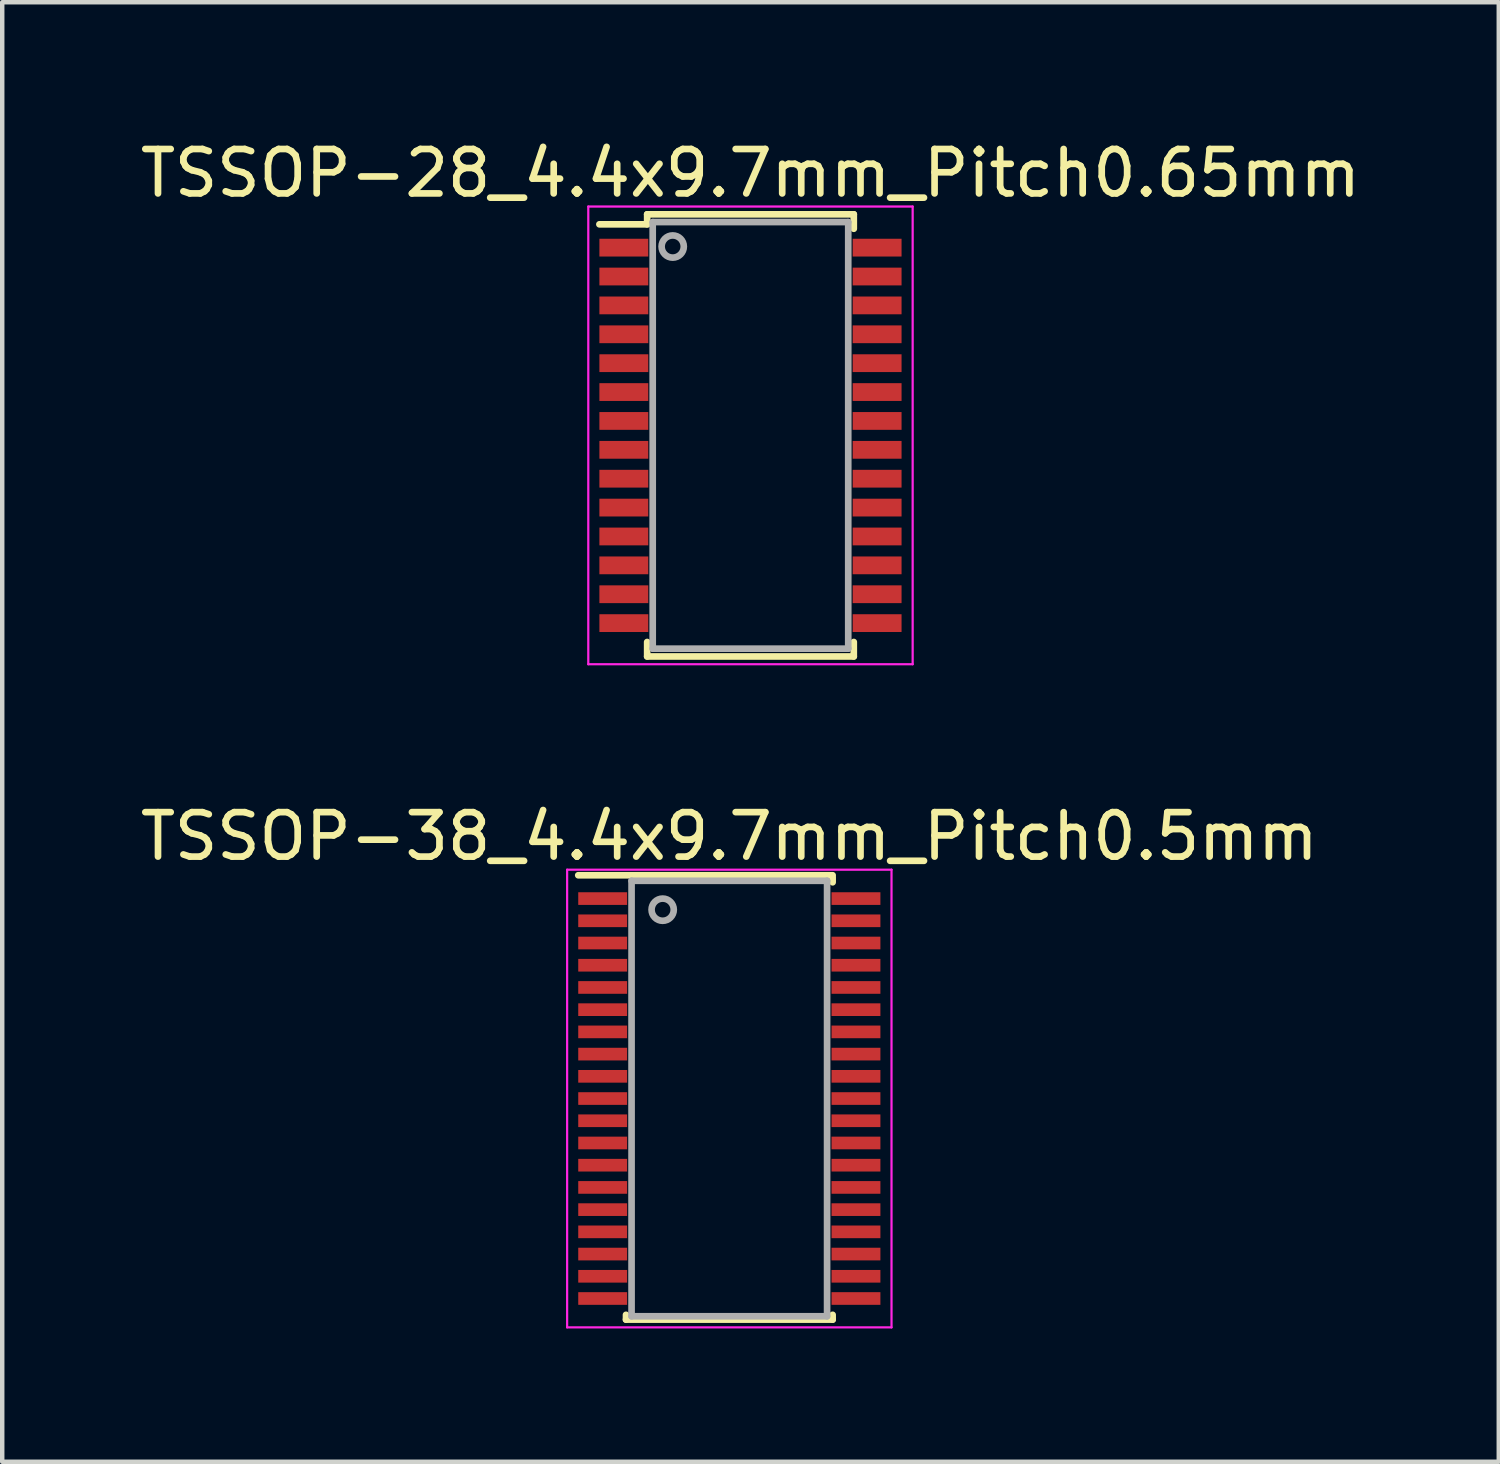
<source format=kicad_pcb>
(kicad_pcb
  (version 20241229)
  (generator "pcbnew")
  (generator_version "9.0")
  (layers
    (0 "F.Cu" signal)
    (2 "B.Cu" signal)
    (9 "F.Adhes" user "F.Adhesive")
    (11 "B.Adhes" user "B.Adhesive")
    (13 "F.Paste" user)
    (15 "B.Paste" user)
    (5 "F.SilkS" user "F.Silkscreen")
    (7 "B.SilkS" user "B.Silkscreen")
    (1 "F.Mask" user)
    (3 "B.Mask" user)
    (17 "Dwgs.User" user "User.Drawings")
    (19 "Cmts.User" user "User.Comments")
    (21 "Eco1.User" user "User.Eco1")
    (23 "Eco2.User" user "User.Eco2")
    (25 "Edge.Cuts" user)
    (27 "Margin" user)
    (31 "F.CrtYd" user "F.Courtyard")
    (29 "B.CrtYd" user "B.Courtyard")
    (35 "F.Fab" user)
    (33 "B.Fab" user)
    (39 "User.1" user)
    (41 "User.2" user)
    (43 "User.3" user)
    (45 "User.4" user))
  (footprint "TSSOP-28_4.4x9.7mm_Pitch0.65mm"
    (layer "F.Cu")
    (at 13.839 6.748)
    (property "Reference" "TSSOP-28_4.4x9.7mm_Pitch0.65mm" (at 0 -5.9 0) (layer "F.SilkS") (effects (font (size 1 1) (thickness 0.15))))
    (attr smd)
    (fp_line (start -2.325 -4.975) (end -2.325 -4.75) (stroke (width 0.15) (type solid)) (layer "F.SilkS"))
    (fp_line (start -2.325 -4.975) (end 2.325 -4.975) (stroke (width 0.15) (type solid)) (layer "F.SilkS"))
    (fp_line (start -2.325 -4.75) (end -3.4 -4.75) (stroke (width 0.15) (type solid)) (layer "F.SilkS"))
    (fp_line (start -2.325 4.975) (end -2.325 4.65) (stroke (width 0.15) (type solid)) (layer "F.SilkS"))
    (fp_line (start -2.325 4.975) (end 2.325 4.975) (stroke (width 0.15) (type solid)) (layer "F.SilkS"))
    (fp_line (start 2.325 -4.975) (end 2.325 -4.65) (stroke (width 0.15) (type solid)) (layer "F.SilkS"))
    (fp_line (start 2.325 4.975) (end 2.325 4.65) (stroke (width 0.15) (type solid)) (layer "F.SilkS"))
    (fp_line (start -3.65 -5.15) (end -3.65 5.15) (stroke (width 0.05) (type solid)) (layer "F.CrtYd"))
    (fp_line (start -3.65 -5.15) (end 3.65 -5.15) (stroke (width 0.05) (type solid)) (layer "F.CrtYd"))
    (fp_line (start -3.65 5.15) (end 3.65 5.15) (stroke (width 0.05) (type solid)) (layer "F.CrtYd"))
    (fp_line (start 3.65 -5.15) (end 3.65 5.15) (stroke (width 0.05) (type solid)) (layer "F.CrtYd"))
    (fp_line (start -2.2 -4.8) (end 2.2 -4.8) (stroke (width 0.15) (type solid)) (layer "F.Fab"))
    (fp_line (start -2.2 4.8) (end -2.2 -4.8) (stroke (width 0.15) (type solid)) (layer "F.Fab"))
    (fp_line (start 2.2 -4.8) (end 2.2 4.8) (stroke (width 0.15) (type solid)) (layer "F.Fab"))
    (fp_line (start 2.2 4.8) (end -2.2 4.8) (stroke (width 0.15) (type solid)) (layer "F.Fab"))
    (fp_circle (center -1.75 -4.25) (end -2 -4.25) (stroke (width 0.15) (type solid)) (fill no) (layer "F.Fab"))
    (pad "1" smd rect (at -2.85 -4.225) (size 1.1 0.4) (layers "F.Cu" "F.Mask" "F.Paste"))
    (pad "2" smd rect (at -2.85 -3.575) (size 1.1 0.4) (layers "F.Cu" "F.Mask" "F.Paste"))
    (pad "3" smd rect (at -2.85 -2.925) (size 1.1 0.4) (layers "F.Cu" "F.Mask" "F.Paste"))
    (pad "4" smd rect (at -2.85 -2.275) (size 1.1 0.4) (layers "F.Cu" "F.Mask" "F.Paste"))
    (pad "5" smd rect (at -2.85 -1.625) (size 1.1 0.4) (layers "F.Cu" "F.Mask" "F.Paste"))
    (pad "6" smd rect (at -2.85 -0.975) (size 1.1 0.4) (layers "F.Cu" "F.Mask" "F.Paste"))
    (pad "7" smd rect (at -2.85 -0.325) (size 1.1 0.4) (layers "F.Cu" "F.Mask" "F.Paste"))
    (pad "8" smd rect (at -2.85 0.325) (size 1.1 0.4) (layers "F.Cu" "F.Mask" "F.Paste"))
    (pad "9" smd rect (at -2.85 0.975) (size 1.1 0.4) (layers "F.Cu" "F.Mask" "F.Paste"))
    (pad "10" smd rect (at -2.85 1.625) (size 1.1 0.4) (layers "F.Cu" "F.Mask" "F.Paste"))
    (pad "11" smd rect (at -2.85 2.275) (size 1.1 0.4) (layers "F.Cu" "F.Mask" "F.Paste"))
    (pad "12" smd rect (at -2.85 2.925) (size 1.1 0.4) (layers "F.Cu" "F.Mask" "F.Paste"))
    (pad "13" smd rect (at -2.85 3.575) (size 1.1 0.4) (layers "F.Cu" "F.Mask" "F.Paste"))
    (pad "14" smd rect (at -2.85 4.225) (size 1.1 0.4) (layers "F.Cu" "F.Mask" "F.Paste"))
    (pad "15" smd rect (at 2.85 4.225) (size 1.1 0.4) (layers "F.Cu" "F.Mask" "F.Paste"))
    (pad "16" smd rect (at 2.85 3.575) (size 1.1 0.4) (layers "F.Cu" "F.Mask" "F.Paste"))
    (pad "17" smd rect (at 2.85 2.925) (size 1.1 0.4) (layers "F.Cu" "F.Mask" "F.Paste"))
    (pad "18" smd rect (at 2.85 2.275) (size 1.1 0.4) (layers "F.Cu" "F.Mask" "F.Paste"))
    (pad "19" smd rect (at 2.85 1.625) (size 1.1 0.4) (layers "F.Cu" "F.Mask" "F.Paste"))
    (pad "20" smd rect (at 2.85 0.975) (size 1.1 0.4) (layers "F.Cu" "F.Mask" "F.Paste"))
    (pad "21" smd rect (at 2.85 0.325) (size 1.1 0.4) (layers "F.Cu" "F.Mask" "F.Paste"))
    (pad "22" smd rect (at 2.85 -0.325) (size 1.1 0.4) (layers "F.Cu" "F.Mask" "F.Paste"))
    (pad "23" smd rect (at 2.85 -0.975) (size 1.1 0.4) (layers "F.Cu" "F.Mask" "F.Paste"))
    (pad "24" smd rect (at 2.85 -1.625) (size 1.1 0.4) (layers "F.Cu" "F.Mask" "F.Paste"))
    (pad "25" smd rect (at 2.85 -2.275) (size 1.1 0.4) (layers "F.Cu" "F.Mask" "F.Paste"))
    (pad "26" smd rect (at 2.85 -2.925) (size 1.1 0.4) (layers "F.Cu" "F.Mask" "F.Paste"))
    (pad "27" smd rect (at 2.85 -3.575) (size 1.1 0.4) (layers "F.Cu" "F.Mask" "F.Paste"))
    (pad "28" smd rect (at 2.85 -4.225) (size 1.1 0.4) (layers "F.Cu" "F.Mask" "F.Paste")))
  (footprint "TSSOP-38_4.4x9.7mm_Pitch0.5mm"
    (layer "F.Cu")
    (at 13.363 21.672)
    (property "Reference" "TSSOP-38_4.4x9.7mm_Pitch0.5mm" (at 0 -5.9 0) (layer "F.SilkS") (effects (font (size 1 1) (thickness 0.15))))
    (attr smd)
    (fp_line (start -3.4 -5.025) (end 2.325 -5.025) (stroke (width 0.15) (type solid)) (layer "F.SilkS"))
    (fp_line (start -2.325 4.975) (end -2.325 4.867) (stroke (width 0.15) (type solid)) (layer "F.SilkS"))
    (fp_line (start -2.325 4.975) (end 2.325 4.975) (stroke (width 0.15) (type solid)) (layer "F.SilkS"))
    (fp_line (start 2.325 -4.975) (end 2.325 -4.867) (stroke (width 0.15) (type solid)) (layer "F.SilkS"))
    (fp_line (start 2.325 4.975) (end 2.325 4.867) (stroke (width 0.15) (type solid)) (layer "F.SilkS"))
    (fp_line (start -3.65 -5.15) (end -3.65 5.15) (stroke (width 0.05) (type solid)) (layer "F.CrtYd"))
    (fp_line (start -3.65 -5.15) (end 3.65 -5.15) (stroke (width 0.05) (type solid)) (layer "F.CrtYd"))
    (fp_line (start -3.65 5.15) (end 3.65 5.15) (stroke (width 0.05) (type solid)) (layer "F.CrtYd"))
    (fp_line (start 3.65 -5.15) (end 3.65 5.15) (stroke (width 0.05) (type solid)) (layer "F.CrtYd"))
    (fp_line (start -2.2 -4.9) (end 2.2 -4.9) (stroke (width 0.15) (type solid)) (layer "F.Fab"))
    (fp_line (start -2.2 4.9) (end -2.2 -4.9) (stroke (width 0.15) (type solid)) (layer "F.Fab"))
    (fp_line (start 2.2 -4.9) (end 2.2 4.9) (stroke (width 0.15) (type solid)) (layer "F.Fab"))
    (fp_line (start 2.2 4.9) (end -2.2 4.9) (stroke (width 0.15) (type solid)) (layer "F.Fab"))
    (fp_circle (center -1.5 -4.25) (end -1.75 -4.25) (stroke (width 0.15) (type solid)) (fill no) (layer "F.Fab"))
    (pad "1" smd rect (at -2.85 -4.5) (size 1.1 0.285) (layers "F.Cu" "F.Mask" "F.Paste"))
    (pad "2" smd rect (at -2.85 -4) (size 1.1 0.285) (layers "F.Cu" "F.Mask" "F.Paste"))
    (pad "3" smd rect (at -2.85 -3.5) (size 1.1 0.285) (layers "F.Cu" "F.Mask" "F.Paste"))
    (pad "4" smd rect (at -2.85 -3) (size 1.1 0.285) (layers "F.Cu" "F.Mask" "F.Paste"))
    (pad "5" smd rect (at -2.85 -2.5) (size 1.1 0.285) (layers "F.Cu" "F.Mask" "F.Paste"))
    (pad "6" smd rect (at -2.85 -2) (size 1.1 0.285) (layers "F.Cu" "F.Mask" "F.Paste"))
    (pad "7" smd rect (at -2.85 -1.5) (size 1.1 0.285) (layers "F.Cu" "F.Mask" "F.Paste"))
    (pad "8" smd rect (at -2.85 -1) (size 1.1 0.285) (layers "F.Cu" "F.Mask" "F.Paste"))
    (pad "9" smd rect (at -2.85 -0.5) (size 1.1 0.285) (layers "F.Cu" "F.Mask" "F.Paste"))
    (pad "10" smd rect (at -2.85 0) (size 1.1 0.285) (layers "F.Cu" "F.Mask" "F.Paste"))
    (pad "11" smd rect (at -2.85 0.5) (size 1.1 0.285) (layers "F.Cu" "F.Mask" "F.Paste"))
    (pad "12" smd rect (at -2.85 1) (size 1.1 0.285) (layers "F.Cu" "F.Mask" "F.Paste"))
    (pad "13" smd rect (at -2.85 1.5) (size 1.1 0.285) (layers "F.Cu" "F.Mask" "F.Paste"))
    (pad "14" smd rect (at -2.85 2) (size 1.1 0.285) (layers "F.Cu" "F.Mask" "F.Paste"))
    (pad "15" smd rect (at -2.85 2.5) (size 1.1 0.285) (layers "F.Cu" "F.Mask" "F.Paste"))
    (pad "16" smd rect (at -2.85 3) (size 1.1 0.285) (layers "F.Cu" "F.Mask" "F.Paste"))
    (pad "17" smd rect (at -2.85 3.5) (size 1.1 0.285) (layers "F.Cu" "F.Mask" "F.Paste"))
    (pad "18" smd rect (at -2.85 4) (size 1.1 0.285) (layers "F.Cu" "F.Mask" "F.Paste"))
    (pad "19" smd rect (at -2.85 4.5) (size 1.1 0.285) (layers "F.Cu" "F.Mask" "F.Paste"))
    (pad "20" smd rect (at 2.85 4.5) (size 1.1 0.285) (layers "F.Cu" "F.Mask" "F.Paste"))
    (pad "21" smd rect (at 2.85 4) (size 1.1 0.285) (layers "F.Cu" "F.Mask" "F.Paste"))
    (pad "22" smd rect (at 2.85 3.5) (size 1.1 0.285) (layers "F.Cu" "F.Mask" "F.Paste"))
    (pad "23" smd rect (at 2.85 3) (size 1.1 0.285) (layers "F.Cu" "F.Mask" "F.Paste"))
    (pad "24" smd rect (at 2.85 2.5) (size 1.1 0.285) (layers "F.Cu" "F.Mask" "F.Paste"))
    (pad "25" smd rect (at 2.85 2) (size 1.1 0.285) (layers "F.Cu" "F.Mask" "F.Paste"))
    (pad "26" smd rect (at 2.85 1.5) (size 1.1 0.285) (layers "F.Cu" "F.Mask" "F.Paste"))
    (pad "27" smd rect (at 2.85 1) (size 1.1 0.285) (layers "F.Cu" "F.Mask" "F.Paste"))
    (pad "28" smd rect (at 2.85 0.5) (size 1.1 0.285) (layers "F.Cu" "F.Mask" "F.Paste"))
    (pad "29" smd rect (at 2.85 0) (size 1.1 0.285) (layers "F.Cu" "F.Mask" "F.Paste"))
    (pad "30" smd rect (at 2.85 -0.5) (size 1.1 0.285) (layers "F.Cu" "F.Mask" "F.Paste"))
    (pad "31" smd rect (at 2.85 -1) (size 1.1 0.285) (layers "F.Cu" "F.Mask" "F.Paste"))
    (pad "32" smd rect (at 2.85 -1.5) (size 1.1 0.285) (layers "F.Cu" "F.Mask" "F.Paste"))
    (pad "33" smd rect (at 2.85 -2) (size 1.1 0.285) (layers "F.Cu" "F.Mask" "F.Paste"))
    (pad "34" smd rect (at 2.85 -2.5) (size 1.1 0.285) (layers "F.Cu" "F.Mask" "F.Paste"))
    (pad "35" smd rect (at 2.85 -3) (size 1.1 0.285) (layers "F.Cu" "F.Mask" "F.Paste"))
    (pad "36" smd rect (at 2.85 -3.5) (size 1.1 0.285) (layers "F.Cu" "F.Mask" "F.Paste"))
    (pad "37" smd rect (at 2.85 -4) (size 1.1 0.285) (layers "F.Cu" "F.Mask" "F.Paste"))
    (pad "38" smd rect (at 2.85 -4.5) (size 1.1 0.285) (layers "F.Cu" "F.Mask" "F.Paste")))
  (gr_rect
    (start -3 -3)
    (end 30.679 29.846)
    (stroke (width 0.1) (type default))
    (fill no)
    (layer "Edge.Cuts")))
</source>
